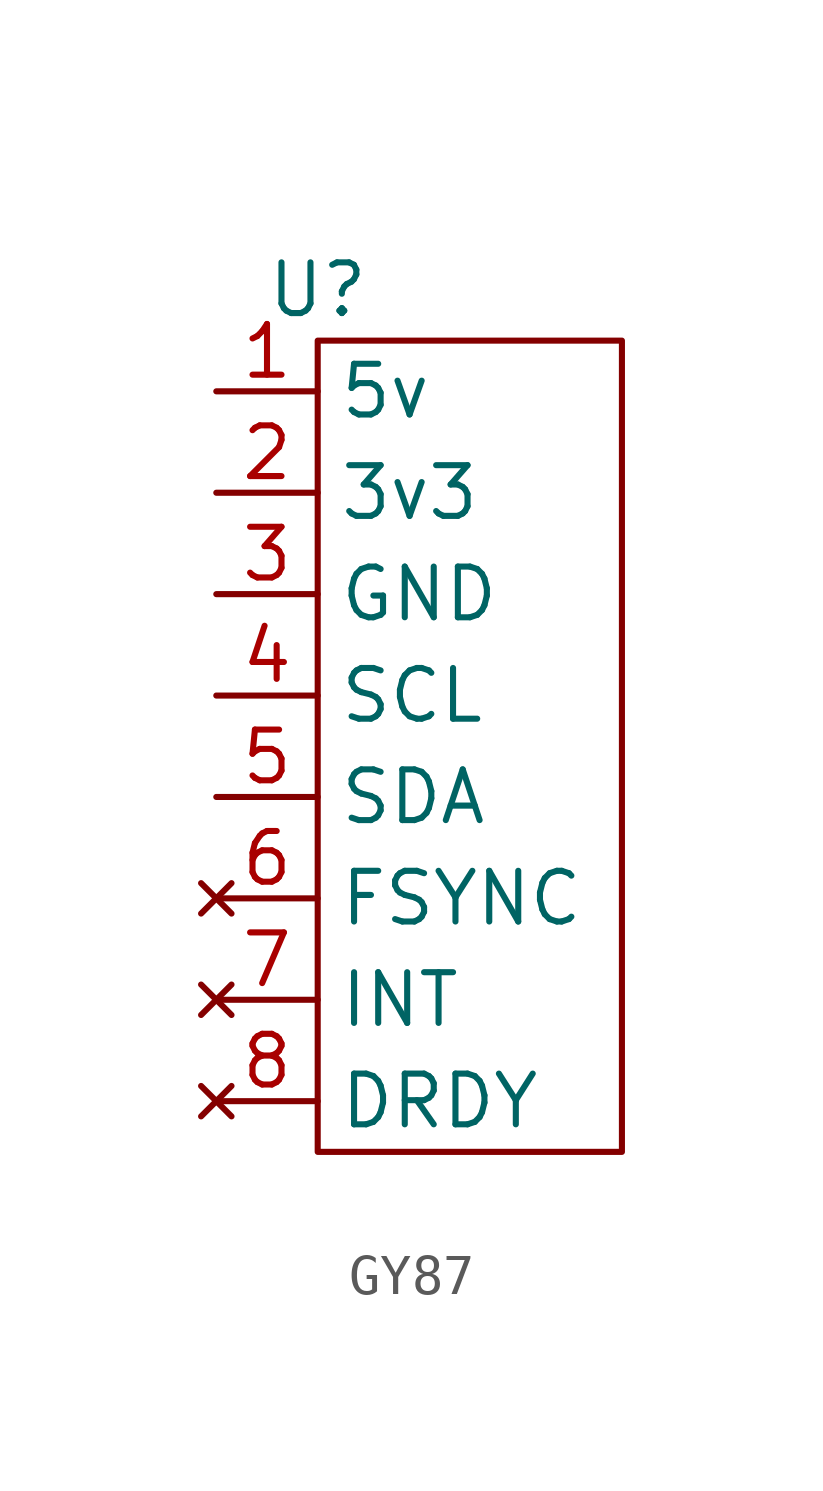
<source format=kicad_sym>
(kicad_symbol_lib
  (version 20241209)
  (generator "kicad_symbol_editor")
  (generator_version "9.0")
  (symbol "GY87"
    (property "Reference" "U"
      (at 0 0 0)
      (effects (font (size 1.27 1.27))))
    (property "Value" ""
      (at 0 0 0)
      (effects (font (size 1.27 1.27))))
    (symbol "GY87_0_1"
      (rectangle (start 0 -1.27) (end 7.62 -21.59) (stroke (width 0) (type default)) (fill (type none))))
    (symbol "GY87_1_1"
      (pin power_in line (at -2.54 -2.54 0) (length 2.54) (name "5v" (effects (font (size 1.27 1.27)))) (number "1" (effects (font (size 1.27 1.27)))))
      (pin power_in line (at -2.54 -5.08 0) (length 2.54) (name "3v3" (effects (font (size 1.27 1.27)))) (number "2" (effects (font (size 1.27 1.27)))))
      (pin power_out line (at -2.54 -7.62 0) (length 2.54) (name "GND" (effects (font (size 1.27 1.27)))) (number "3" (effects (font (size 1.27 1.27)))))
      (pin passive line (at -2.54 -10.16 0) (length 2.54) (name "SCL" (effects (font (size 1.27 1.27)))) (number "4" (effects (font (size 1.27 1.27)))))
      (pin passive line (at -2.54 -12.7 0) (length 2.54) (name "SDA" (effects (font (size 1.27 1.27)))) (number "5" (effects (font (size 1.27 1.27)))))
      (pin no_connect line (at -2.54 -15.24 0) (length 2.54) (name "FSYNC" (effects (font (size 1.27 1.27)))) (number "6" (effects (font (size 1.27 1.27)))))
      (pin no_connect line (at -2.54 -17.78 0) (length 2.54) (name "INT" (effects (font (size 1.27 1.27)))) (number "7" (effects (font (size 1.27 1.27)))))
      (pin no_connect line (at -2.54 -20.32 0) (length 2.54) (name "DRDY" (effects (font (size 1.27 1.27)))) (number "8" (effects (font (size 1.27 1.27))))))))
</source>
